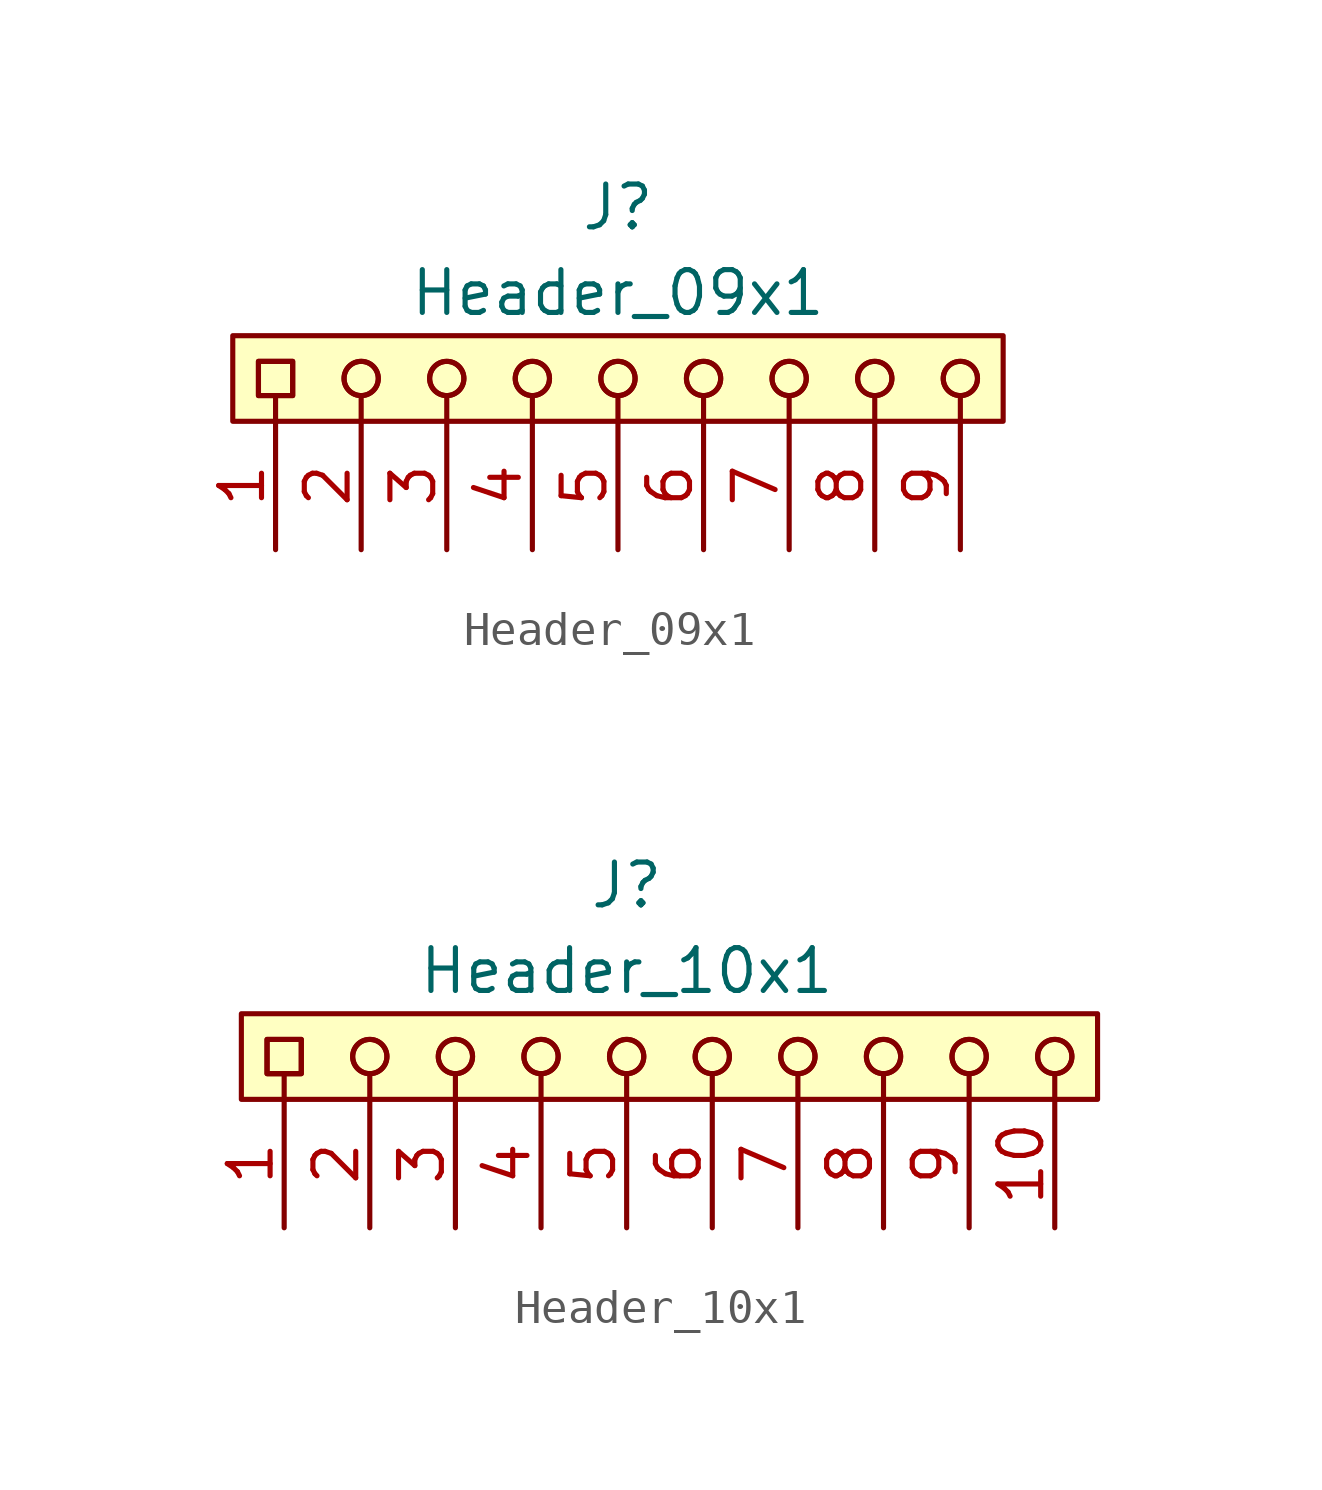
<source format=kicad_sym>
(kicad_symbol_lib
  (version 20220914)
  (generator kicad_symbol_editor)
  (symbol "Header_09x1"
    (pin_names hide)
    (property "Reference" "J"
      (at 0 5.08 0)
      (effects (font (size 1.27 1.27))))
    (property "Value" "Header_09x1"
      (at 0 2.54 0)
      (effects (font (size 1.27 1.27))))
    (symbol "Header_09x1_1_1"
      (rectangle (start -11.43 1.27) (end 11.43 -1.27) (stroke (width 0.152) (type default)) (fill (type background)))
      (rectangle (start -10.668 0.508) (end -9.652 -0.508) (stroke (width 0) (type default)) (fill (type none)))
      (rectangle (start -10.668 0.508) (end -9.652 -0.508) (stroke (width 0) (type default)) (fill (type none)))
      (circle (center -7.62 0) (radius 0.508) (stroke (width 0) (type default)) (fill (type none)))
      (circle (center -7.62 0) (radius 0.508) (stroke (width 0) (type default)) (fill (type none)))
      (circle (center -5.08 0) (radius 0.508) (stroke (width 0) (type default)) (fill (type none)))
      (circle (center -5.08 0) (radius 0.508) (stroke (width 0) (type default)) (fill (type none)))
      (circle (center -2.54 0) (radius 0.508) (stroke (width 0) (type default)) (fill (type none)))
      (circle (center -2.54 0) (radius 0.508) (stroke (width 0) (type default)) (fill (type none)))
      (polyline (pts (xy -10.16 -0.508) (xy -10.16 -1.27)) (stroke (width 0) (type default)) (fill (type none)))
      (polyline (pts (xy -7.62 -0.508) (xy -7.62 -1.27)) (stroke (width 0) (type default)) (fill (type none)))
      (polyline (pts (xy -5.08 -0.508) (xy -5.08 -1.27)) (stroke (width 0) (type default)) (fill (type none)))
      (polyline (pts (xy -2.54 -0.508) (xy -2.54 -1.27)) (stroke (width 0) (type default)) (fill (type none)))
      (polyline (pts (xy 0 -0.508) (xy 0 -1.27)) (stroke (width 0) (type default)) (fill (type none)))
      (polyline (pts (xy 2.54 -0.508) (xy 2.54 -1.27)) (stroke (width 0) (type default)) (fill (type none)))
      (polyline (pts (xy 5.08 -0.508) (xy 5.08 -1.27)) (stroke (width 0) (type default)) (fill (type none)))
      (polyline (pts (xy 7.62 -0.508) (xy 7.62 -1.27)) (stroke (width 0) (type default)) (fill (type none)))
      (polyline (pts (xy 10.16 -0.508) (xy 10.16 -1.27)) (stroke (width 0) (type default)) (fill (type none)))
      (circle (center 0 0) (radius 0.508) (stroke (width 0) (type default)) (fill (type none)))
      (circle (center 0 0) (radius 0.508) (stroke (width 0) (type default)) (fill (type none)))
      (circle (center 2.54 0) (radius 0.508) (stroke (width 0) (type default)) (fill (type none)))
      (circle (center 2.54 0) (radius 0.508) (stroke (width 0) (type default)) (fill (type none)))
      (circle (center 5.08 0) (radius 0.508) (stroke (width 0) (type default)) (fill (type none)))
      (circle (center 5.08 0) (radius 0.508) (stroke (width 0) (type default)) (fill (type none)))
      (circle (center 7.62 0) (radius 0.508) (stroke (width 0) (type default)) (fill (type none)))
      (circle (center 7.62 0) (radius 0.508) (stroke (width 0) (type default)) (fill (type none)))
      (circle (center 10.16 0) (radius 0.508) (stroke (width 0) (type default)) (fill (type none)))
      (circle (center 10.16 0) (radius 0.508) (stroke (width 0) (type default)) (fill (type none)))
      (pin passive line (at -10.16 -5.08 90) (length 3.81) (name "~" (effects (font (size 1.27 1.27)))) (number "1" (effects (font (size 1.27 1.27)))))
      (pin passive line (at -7.62 -5.08 90) (length 3.81) (name "~" (effects (font (size 1.27 1.27)))) (number "2" (effects (font (size 1.27 1.27)))))
      (pin passive line (at -5.08 -5.08 90) (length 3.81) (name "~" (effects (font (size 1.27 1.27)))) (number "3" (effects (font (size 1.27 1.27)))))
      (pin passive line (at -2.54 -5.08 90) (length 3.81) (name "~" (effects (font (size 1.27 1.27)))) (number "4" (effects (font (size 1.27 1.27)))))
      (pin passive line (at 0 -5.08 90) (length 3.81) (name "~" (effects (font (size 1.27 1.27)))) (number "5" (effects (font (size 1.27 1.27)))))
      (pin passive line (at 2.54 -5.08 90) (length 3.81) (name "~" (effects (font (size 1.27 1.27)))) (number "6" (effects (font (size 1.27 1.27)))))
      (pin passive line (at 5.08 -5.08 90) (length 3.81) (name "~" (effects (font (size 1.27 1.27)))) (number "7" (effects (font (size 1.27 1.27)))))
      (pin passive line (at 7.62 -5.08 90) (length 3.81) (name "~" (effects (font (size 1.27 1.27)))) (number "8" (effects (font (size 1.27 1.27)))))
      (pin passive line (at 10.16 -5.08 90) (length 3.81) (name "~" (effects (font (size 1.27 1.27)))) (number "9" (effects (font (size 1.27 1.27)))))))
  (symbol "Header_10x1"
    (pin_names hide)
    (property "Reference" "J"
      (at 0 5.08 0)
      (effects (font (size 1.27 1.27))))
    (property "Value" "Header_10x1"
      (at 0 2.54 0)
      (effects (font (size 1.27 1.27))))
    (symbol "Header_10x1_1_1"
      (rectangle (start -11.43 1.27) (end 13.97 -1.27) (stroke (width 0.152) (type default)) (fill (type background)))
      (rectangle (start -10.668 0.508) (end -9.652 -0.508) (stroke (width 0) (type default)) (fill (type none)))
      (rectangle (start -10.668 0.508) (end -9.652 -0.508) (stroke (width 0) (type default)) (fill (type none)))
      (circle (center -7.62 0) (radius 0.508) (stroke (width 0) (type default)) (fill (type none)))
      (circle (center -7.62 0) (radius 0.508) (stroke (width 0) (type default)) (fill (type none)))
      (circle (center -5.08 0) (radius 0.508) (stroke (width 0) (type default)) (fill (type none)))
      (circle (center -5.08 0) (radius 0.508) (stroke (width 0) (type default)) (fill (type none)))
      (circle (center -2.54 0) (radius 0.508) (stroke (width 0) (type default)) (fill (type none)))
      (circle (center -2.54 0) (radius 0.508) (stroke (width 0) (type default)) (fill (type none)))
      (polyline (pts (xy -10.16 -0.508) (xy -10.16 -1.27)) (stroke (width 0) (type default)) (fill (type none)))
      (polyline (pts (xy -7.62 -0.508) (xy -7.62 -1.27)) (stroke (width 0) (type default)) (fill (type none)))
      (polyline (pts (xy -5.08 -0.508) (xy -5.08 -1.27)) (stroke (width 0) (type default)) (fill (type none)))
      (polyline (pts (xy -2.54 -0.508) (xy -2.54 -1.27)) (stroke (width 0) (type default)) (fill (type none)))
      (polyline (pts (xy 0 -0.508) (xy 0 -1.27)) (stroke (width 0) (type default)) (fill (type none)))
      (polyline (pts (xy 2.54 -0.508) (xy 2.54 -1.27)) (stroke (width 0) (type default)) (fill (type none)))
      (polyline (pts (xy 5.08 -0.508) (xy 5.08 -1.27)) (stroke (width 0) (type default)) (fill (type none)))
      (polyline (pts (xy 7.62 -0.508) (xy 7.62 -1.27)) (stroke (width 0) (type default)) (fill (type none)))
      (polyline (pts (xy 10.16 -0.508) (xy 10.16 -1.27)) (stroke (width 0) (type default)) (fill (type none)))
      (polyline (pts (xy 12.7 -0.508) (xy 12.7 -1.27)) (stroke (width 0) (type default)) (fill (type none)))
      (circle (center 0 0) (radius 0.508) (stroke (width 0) (type default)) (fill (type none)))
      (circle (center 0 0) (radius 0.508) (stroke (width 0) (type default)) (fill (type none)))
      (circle (center 2.54 0) (radius 0.508) (stroke (width 0) (type default)) (fill (type none)))
      (circle (center 2.54 0) (radius 0.508) (stroke (width 0) (type default)) (fill (type none)))
      (circle (center 5.08 0) (radius 0.508) (stroke (width 0) (type default)) (fill (type none)))
      (circle (center 5.08 0) (radius 0.508) (stroke (width 0) (type default)) (fill (type none)))
      (circle (center 7.62 0) (radius 0.508) (stroke (width 0) (type default)) (fill (type none)))
      (circle (center 7.62 0) (radius 0.508) (stroke (width 0) (type default)) (fill (type none)))
      (circle (center 10.16 0) (radius 0.508) (stroke (width 0) (type default)) (fill (type none)))
      (circle (center 10.16 0) (radius 0.508) (stroke (width 0) (type default)) (fill (type none)))
      (circle (center 12.7 0) (radius 0.508) (stroke (width 0) (type default)) (fill (type none)))
      (circle (center 12.7 0) (radius 0.508) (stroke (width 0) (type default)) (fill (type none)))
      (pin passive line (at -10.16 -5.08 90) (length 3.81) (name "~" (effects (font (size 1.27 1.27)))) (number "1" (effects (font (size 1.27 1.27)))))
      (pin passive line (at 12.7 -5.08 90) (length 3.81) (name "~" (effects (font (size 1.27 1.27)))) (number "10" (effects (font (size 1.27 1.27)))))
      (pin passive line (at -7.62 -5.08 90) (length 3.81) (name "~" (effects (font (size 1.27 1.27)))) (number "2" (effects (font (size 1.27 1.27)))))
      (pin passive line (at -5.08 -5.08 90) (length 3.81) (name "~" (effects (font (size 1.27 1.27)))) (number "3" (effects (font (size 1.27 1.27)))))
      (pin passive line (at -2.54 -5.08 90) (length 3.81) (name "~" (effects (font (size 1.27 1.27)))) (number "4" (effects (font (size 1.27 1.27)))))
      (pin passive line (at 0 -5.08 90) (length 3.81) (name "~" (effects (font (size 1.27 1.27)))) (number "5" (effects (font (size 1.27 1.27)))))
      (pin passive line (at 2.54 -5.08 90) (length 3.81) (name "~" (effects (font (size 1.27 1.27)))) (number "6" (effects (font (size 1.27 1.27)))))
      (pin passive line (at 5.08 -5.08 90) (length 3.81) (name "~" (effects (font (size 1.27 1.27)))) (number "7" (effects (font (size 1.27 1.27)))))
      (pin passive line (at 7.62 -5.08 90) (length 3.81) (name "~" (effects (font (size 1.27 1.27)))) (number "8" (effects (font (size 1.27 1.27)))))
      (pin passive line (at 10.16 -5.08 90) (length 3.81) (name "~" (effects (font (size 1.27 1.27)))) (number "9" (effects (font (size 1.27 1.27))))))))
</source>
